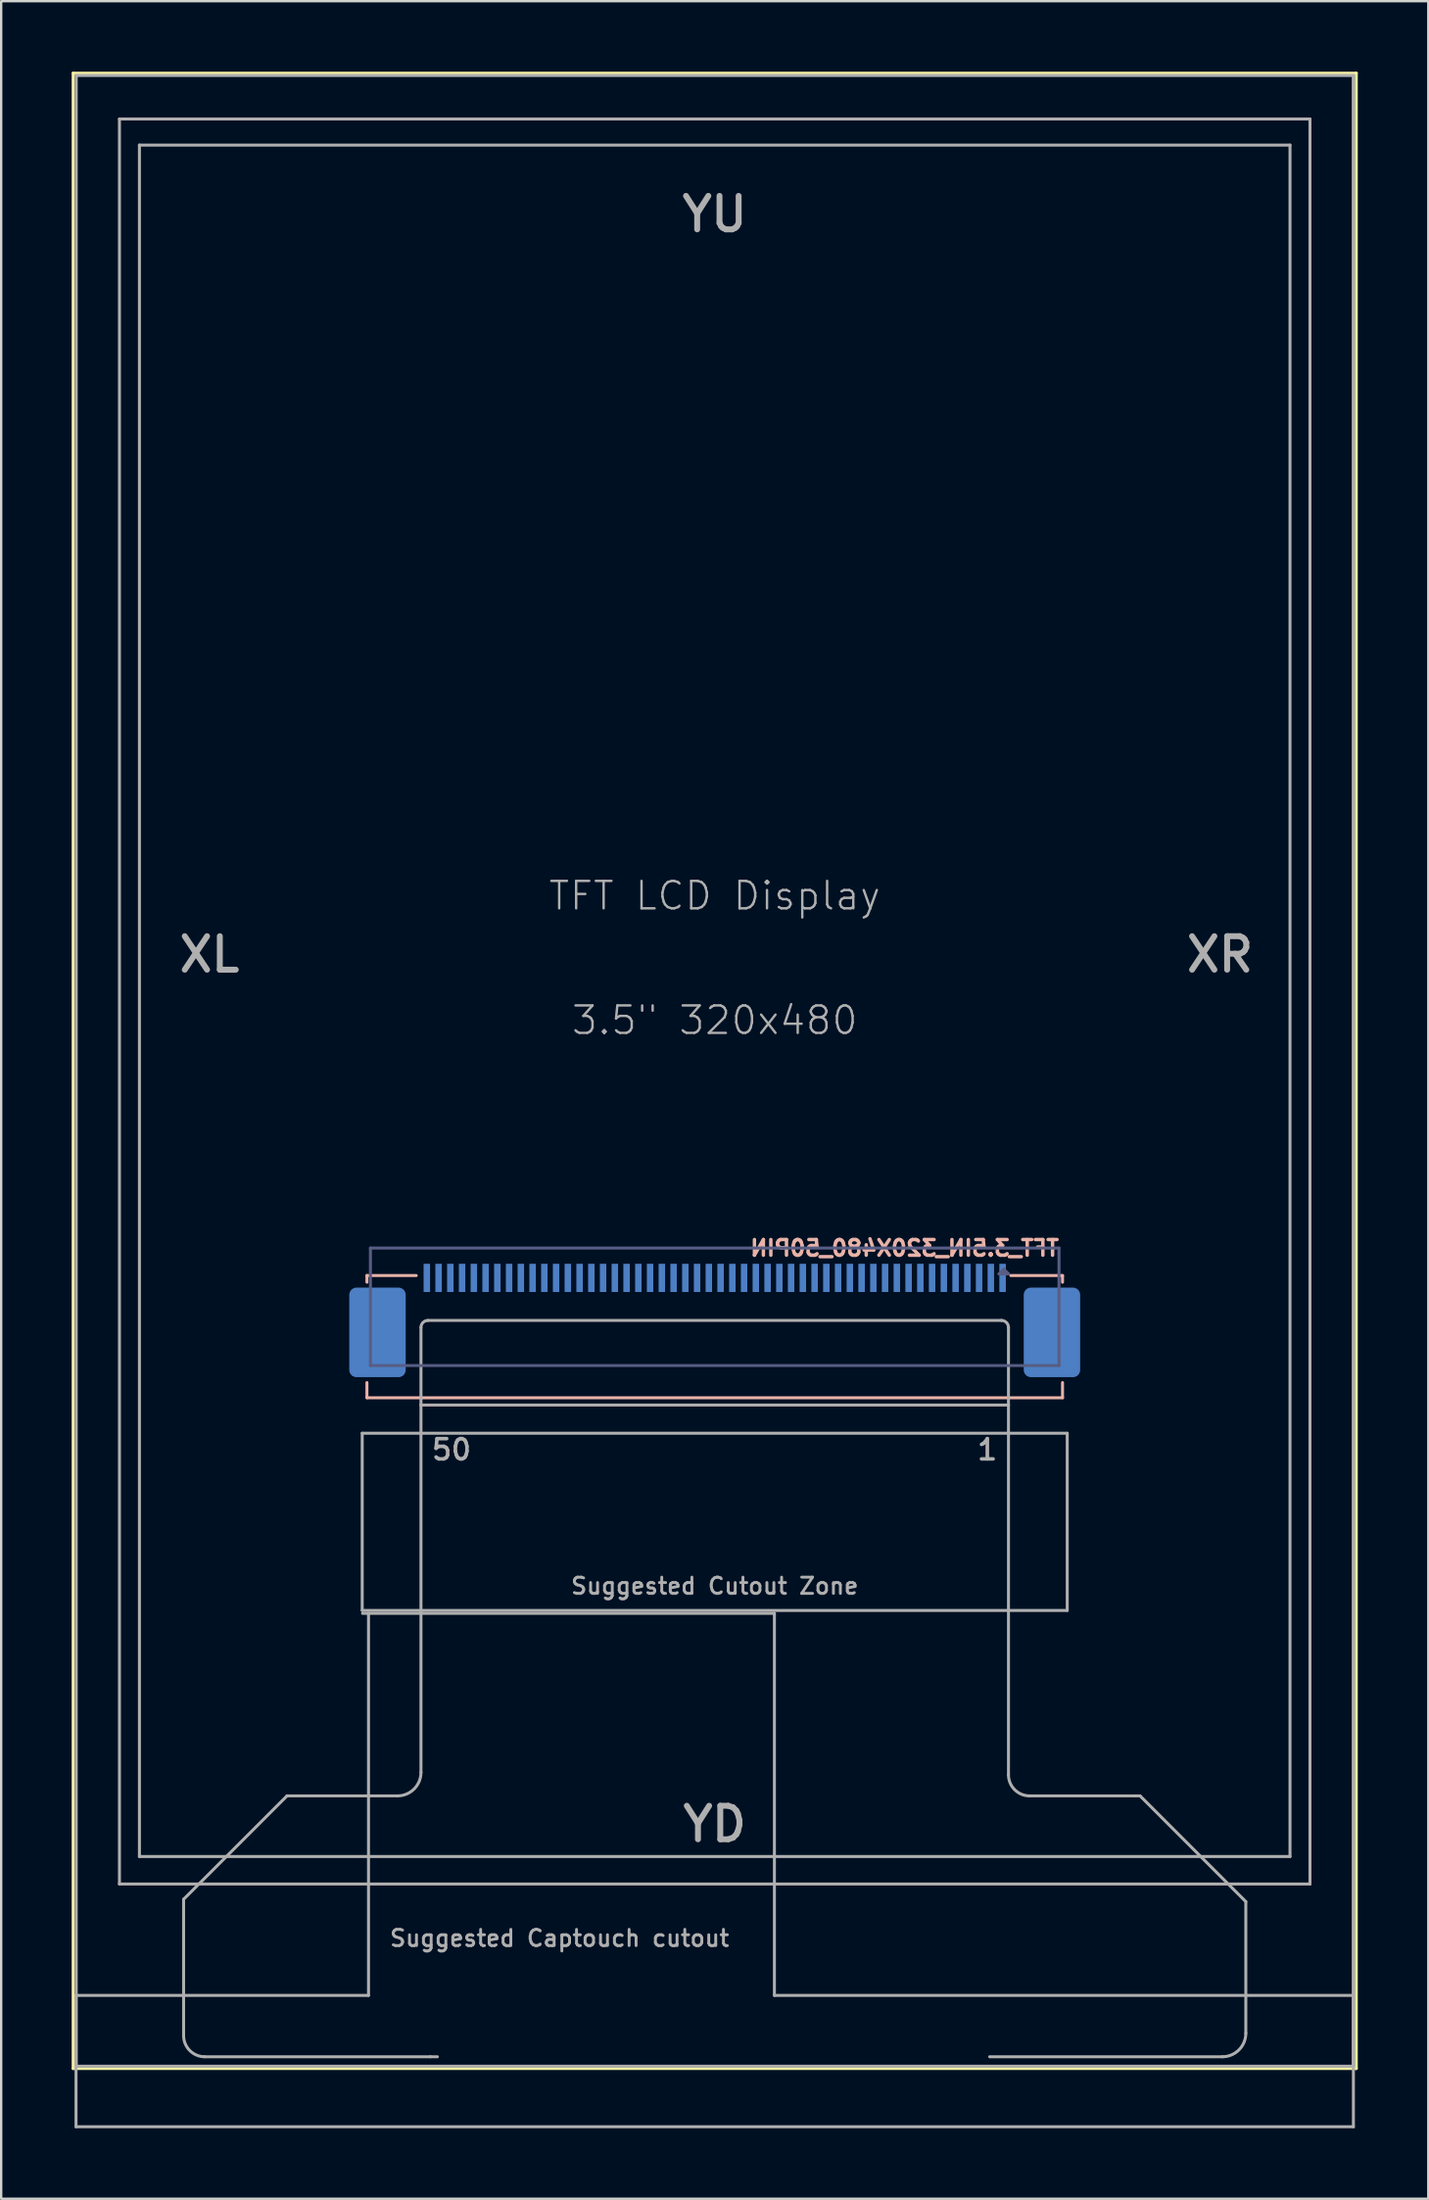
<source format=kicad_pcb>
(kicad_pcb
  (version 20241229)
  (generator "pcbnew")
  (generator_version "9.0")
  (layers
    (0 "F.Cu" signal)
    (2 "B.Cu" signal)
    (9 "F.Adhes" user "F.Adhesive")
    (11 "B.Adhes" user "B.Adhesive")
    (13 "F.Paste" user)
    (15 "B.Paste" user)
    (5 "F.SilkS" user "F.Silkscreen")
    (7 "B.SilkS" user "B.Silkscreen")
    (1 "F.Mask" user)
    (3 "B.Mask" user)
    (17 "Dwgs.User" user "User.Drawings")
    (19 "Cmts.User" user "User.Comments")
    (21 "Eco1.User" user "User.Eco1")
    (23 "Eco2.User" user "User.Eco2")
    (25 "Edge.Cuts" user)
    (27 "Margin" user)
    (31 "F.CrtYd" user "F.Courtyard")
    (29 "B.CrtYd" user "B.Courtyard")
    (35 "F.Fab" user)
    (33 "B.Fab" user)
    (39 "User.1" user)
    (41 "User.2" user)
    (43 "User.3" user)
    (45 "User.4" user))
  (footprint "TFT_3.5IN_320X480_50PIN"
    (layer "F.Cu")
    (at 27.363 52.389)
    (property "Reference" "TFT_3.5IN_320X480_50PIN" (at 14.726 -1.943 0) (layer "B.SilkS") (effects (font (size 0.666 0.666) (thickness 0.146)) (justify left bottom mirror)))
    (fp_line (start -27.3 -52.326) (end 27.3 -52.326) (stroke (width 0.127) (type solid)) (layer "F.SilkS"))
    (fp_line (start -27.3 32.574) (end -27.3 -52.326) (stroke (width 0.127) (type solid)) (layer "F.SilkS"))
    (fp_line (start 27.3 -52.326) (end 27.3 32.574) (stroke (width 0.127) (type solid)) (layer "F.SilkS"))
    (fp_line (start 27.3 32.574) (end -27.3 32.574) (stroke (width 0.127) (type solid)) (layer "F.SilkS"))
    (fp_line (start -14.8 -1.166) (end -14.8 -0.882) (stroke (width 0.127) (type solid)) (layer "B.SilkS"))
    (fp_line (start -14.8 4.034) (end -14.8 3.388) (stroke (width 0.127) (type solid)) (layer "B.SilkS"))
    (fp_line (start -12.7 -1.166) (end -14.8 -1.166) (stroke (width 0.127) (type solid)) (layer "B.SilkS"))
    (fp_line (start 12.6 -1.166) (end 14.8 -1.166) (stroke (width 0.127) (type solid)) (layer "B.SilkS"))
    (fp_line (start 14.8 -1.166) (end 14.8 -0.882) (stroke (width 0.127) (type solid)) (layer "B.SilkS"))
    (fp_line (start 14.8 3.388) (end 14.8 4.034) (stroke (width 0.127) (type solid)) (layer "B.SilkS"))
    (fp_line (start 14.8 4.034) (end -14.8 4.034) (stroke (width 0.127) (type solid)) (layer "B.SilkS"))
    (fp_line (start -14.65 -2.336) (end -14.65 2.664) (stroke (width 0.127) (type solid)) (layer "B.Fab"))
    (fp_line (start 12.1 -1.236) (end 12.4 -1.236) (stroke (width 0.127) (type solid)) (layer "B.Fab"))
    (fp_line (start 12.3 -1.436) (end 12.1 -1.236) (stroke (width 0.127) (type solid)) (layer "B.Fab"))
    (fp_line (start 12.4 -1.236) (end 12.3 -1.336) (stroke (width 0.127) (type solid)) (layer "B.Fab"))
    (fp_line (start 12.5 -1.236) (end 12.3 -1.436) (stroke (width 0.127) (type solid)) (layer "B.Fab"))
    (fp_line (start 12.5 -1.236) (end 12.4 -1.236) (stroke (width 0.127) (type solid)) (layer "B.Fab"))
    (fp_line (start 14.65 -2.336) (end -14.65 -2.336) (stroke (width 0.127) (type solid)) (layer "B.Fab"))
    (fp_line (start 14.65 2.664) (end -14.65 2.664) (stroke (width 0.127) (type solid)) (layer "B.Fab"))
    (fp_line (start 14.65 2.664) (end 14.65 -2.336) (stroke (width 0.127) (type solid)) (layer "B.Fab"))
    (fp_line (start -27.178 29.464) (end -14.732 29.464) (stroke (width 0.127) (type solid)) (layer "F.Fab"))
    (fp_line (start -27.178 35.052) (end -27.178 29.464) (stroke (width 0.127) (type solid)) (layer "F.Fab"))
    (fp_line (start -27.17 -52.226) (end 27.17 -52.226) (stroke (width 0.127) (type solid)) (layer "F.Fab"))
    (fp_line (start -27.17 32.474) (end -27.17 -52.226) (stroke (width 0.127) (type solid)) (layer "F.Fab"))
    (fp_line (start -25.33 -50.376) (end 25.33 -50.376) (stroke (width 0.127) (type solid)) (layer "F.Fab"))
    (fp_line (start -25.33 24.724) (end -25.33 -50.376) (stroke (width 0.127) (type solid)) (layer "F.Fab"))
    (fp_line (start -24.48 -49.266) (end 24.48 -49.266) (stroke (width 0.127) (type solid)) (layer "F.Fab"))
    (fp_line (start -24.48 23.554) (end -24.48 -49.266) (stroke (width 0.127) (type solid)) (layer "F.Fab"))
    (fp_line (start -22.6 25.374) (end -18.2 20.974) (stroke (width 0.127) (type solid)) (layer "F.Fab"))
    (fp_line (start -22.6 31.174) (end -22.6 25.374) (stroke (width 0.127) (type solid)) (layer "F.Fab"))
    (fp_line (start -18.2 20.974) (end -13.5 20.974) (stroke (width 0.127) (type solid)) (layer "F.Fab"))
    (fp_line (start -15 5.544) (end 15 5.544) (stroke (width 0.127) (type solid)) (layer "F.Fab"))
    (fp_line (start -15 13.084) (end -15 5.544) (stroke (width 0.127) (type solid)) (layer "F.Fab"))
    (fp_line (start -14.986 13.208) (end -14.732 13.208) (stroke (width 0.127) (type solid)) (layer "F.Fab"))
    (fp_line (start -14.732 13.208) (end -14.732 29.464) (stroke (width 0.127) (type solid)) (layer "F.Fab"))
    (fp_line (start -14.732 13.208) (end 2.54 13.208) (stroke (width 0.127) (type solid)) (layer "F.Fab"))
    (fp_line (start -12.5 4.344) (end -12.5 1.044) (stroke (width 0.127) (type solid)) (layer "F.Fab"))
    (fp_line (start -12.5 4.344) (end 12.5 4.344) (stroke (width 0.127) (type solid)) (layer "F.Fab"))
    (fp_line (start -12.5 19.974) (end -12.5 4.344) (stroke (width 0.127) (type solid)) (layer "F.Fab"))
    (fp_line (start -12.2 0.744) (end 12.2 0.744) (stroke (width 0.127) (type solid)) (layer "F.Fab"))
    (fp_line (start -12.1 32.074) (end -21.7 32.074) (stroke (width 0.127) (type solid)) (layer "F.Fab"))
    (fp_line (start -11.8 32.074) (end -12.1 32.074) (stroke (width 0.127) (type solid)) (layer "F.Fab"))
    (fp_line (start 2.54 13.208) (end 2.54 29.464) (stroke (width 0.127) (type solid)) (layer "F.Fab"))
    (fp_line (start 2.54 29.464) (end 27.178 29.464) (stroke (width 0.127) (type solid)) (layer "F.Fab"))
    (fp_line (start 12.5 1.044) (end 12.5 4.344) (stroke (width 0.127) (type solid)) (layer "F.Fab"))
    (fp_line (start 12.5 4.344) (end 12.5 20.074) (stroke (width 0.127) (type solid)) (layer "F.Fab"))
    (fp_line (start 13.4 20.974) (end 17.9 20.974) (stroke (width 0.127) (type solid)) (layer "F.Fab"))
    (fp_line (start 15 5.544) (end 15 13.084) (stroke (width 0.127) (type solid)) (layer "F.Fab"))
    (fp_line (start 15 13.084) (end -15 13.084) (stroke (width 0.127) (type solid)) (layer "F.Fab"))
    (fp_line (start 17.9 20.974) (end 18.1 20.974) (stroke (width 0.127) (type solid)) (layer "F.Fab"))
    (fp_line (start 18.1 20.974) (end 22.6 25.474) (stroke (width 0.127) (type solid)) (layer "F.Fab"))
    (fp_line (start 21.6 32.074) (end 11.7 32.074) (stroke (width 0.127) (type solid)) (layer "F.Fab"))
    (fp_line (start 22.6 25.474) (end 22.6 31.074) (stroke (width 0.127) (type solid)) (layer "F.Fab"))
    (fp_line (start 24.48 -49.266) (end 24.48 23.554) (stroke (width 0.127) (type solid)) (layer "F.Fab"))
    (fp_line (start 24.48 23.554) (end -24.48 23.554) (stroke (width 0.127) (type solid)) (layer "F.Fab"))
    (fp_line (start 25.33 -50.376) (end 25.33 24.724) (stroke (width 0.127) (type solid)) (layer "F.Fab"))
    (fp_line (start 25.33 24.724) (end -25.33 24.724) (stroke (width 0.127) (type solid)) (layer "F.Fab"))
    (fp_line (start 27.17 -52.226) (end 27.17 32.474) (stroke (width 0.127) (type solid)) (layer "F.Fab"))
    (fp_line (start 27.17 32.474) (end -27.17 32.474) (stroke (width 0.127) (type solid)) (layer "F.Fab"))
    (fp_line (start 27.178 29.464) (end 27.178 35.052) (stroke (width 0.127) (type solid)) (layer "F.Fab"))
    (fp_line (start 27.178 35.052) (end -27.178 35.052) (stroke (width 0.127) (type solid)) (layer "F.Fab"))
    (fp_arc (start -21.7 32.074) (mid -22.336396 31.810396) (end -22.6 31.174) (stroke (width 0.127) (type solid)) (layer "F.Fab"))
    (fp_arc (start -12.5 1.044) (mid -12.412132 0.831868) (end -12.2 0.744) (stroke (width 0.127) (type solid)) (layer "F.Fab"))
    (fp_arc (start -12.5 19.974) (mid -12.792893 20.681107) (end -13.5 20.974) (stroke (width 0.127) (type solid)) (layer "F.Fab"))
    (fp_arc (start 12.2 0.744) (mid 12.412132 0.831868) (end 12.5 1.044) (stroke (width 0.127) (type solid)) (layer "F.Fab"))
    (fp_arc (start 13.4 20.974) (mid 12.763604 20.710396) (end 12.5 20.074) (stroke (width 0.127) (type solid)) (layer "F.Fab"))
    (fp_arc (start 22.6 31.074) (mid 22.307107 31.781107) (end 21.6 32.074) (stroke (width 0.127) (type solid)) (layer "F.Fab"))
    (fp_text user "1" (at 11.6 6.244 0) (layer "F.Fab") (effects (font (size 0.864 0.864) (thickness 0.152))))
    (fp_text user "Suggested Cutout Zone" (at 0 12.044 0) (layer "F.Fab") (effects (font (size 0.691 0.691) (thickness 0.122))))
    (fp_text user "YU" (at 0 -46.326 0) (layer "F.Fab") (effects (font (size 1.425 1.425) (thickness 0.251))))
    (fp_text user "TFT LCD Display" (at 0 -17.326 0) (layer "F.Fab") (effects (font (size 1.168 1.168) (thickness 0.102))))
    (fp_text user "3.5\" 320x480" (at 0 -12.026 0) (layer "F.Fab") (effects (font (size 1.168 1.168) (thickness 0.102))))
    (fp_text user "XR" (at 21.5 -14.826 0) (layer "F.Fab") (effects (font (size 1.425 1.425) (thickness 0.251))))
    (fp_text user "XL" (at -21.5 -14.826 0) (layer "F.Fab") (effects (font (size 1.425 1.425) (thickness 0.251))))
    (fp_text user "Suggested Captouch cutout" (at -6.604 27.03 0) (layer "F.Fab") (effects (font (size 0.691 0.691) (thickness 0.122))))
    (fp_text user "YD" (at 0 22.174 0) (layer "F.Fab") (effects (font (size 1.425 1.425) (thickness 0.251))))
    (fp_text user "50" (at -11.2 6.244 0) (layer "F.Fab") (effects (font (size 0.864 0.864) (thickness 0.152))))
    (pad "1" smd rect (at 12.25 -1.066 180) (size 0.275 1.2) (layers "B.Cu" "B.Mask" "B.Paste"))
    (pad "2" smd rect (at 11.75 -1.066 180) (size 0.275 1.2) (layers "B.Cu" "B.Mask" "B.Paste"))
    (pad "3" smd rect (at 11.25 -1.066 180) (size 0.275 1.2) (layers "B.Cu" "B.Mask" "B.Paste"))
    (pad "4" smd rect (at 10.75 -1.066 180) (size 0.275 1.2) (layers "B.Cu" "B.Mask" "B.Paste"))
    (pad "5" smd rect (at 10.25 -1.066 180) (size 0.275 1.2) (layers "B.Cu" "B.Mask" "B.Paste"))
    (pad "6" smd rect (at 9.75 -1.066 180) (size 0.275 1.2) (layers "B.Cu" "B.Mask" "B.Paste"))
    (pad "7" smd rect (at 9.25 -1.066 180) (size 0.275 1.2) (layers "B.Cu" "B.Mask" "B.Paste"))
    (pad "8" smd rect (at 8.75 -1.066 180) (size 0.275 1.2) (layers "B.Cu" "B.Mask" "B.Paste"))
    (pad "9" smd rect (at 8.25 -1.066 180) (size 0.275 1.2) (layers "B.Cu" "B.Mask" "B.Paste"))
    (pad "10" smd rect (at 7.75 -1.066 180) (size 0.275 1.2) (layers "B.Cu" "B.Mask" "B.Paste"))
    (pad "11" smd rect (at 7.25 -1.066 180) (size 0.275 1.2) (layers "B.Cu" "B.Mask" "B.Paste"))
    (pad "12" smd rect (at 6.75 -1.066 180) (size 0.275 1.2) (layers "B.Cu" "B.Mask" "B.Paste"))
    (pad "13" smd rect (at 6.25 -1.066 180) (size 0.275 1.2) (layers "B.Cu" "B.Mask" "B.Paste"))
    (pad "14" smd rect (at 5.75 -1.066 180) (size 0.275 1.2) (layers "B.Cu" "B.Mask" "B.Paste"))
    (pad "15" smd rect (at 5.25 -1.066 180) (size 0.275 1.2) (layers "B.Cu" "B.Mask" "B.Paste"))
    (pad "16" smd rect (at 4.75 -1.066 180) (size 0.275 1.2) (layers "B.Cu" "B.Mask" "B.Paste"))
    (pad "17" smd rect (at 4.25 -1.066 180) (size 0.275 1.2) (layers "B.Cu" "B.Mask" "B.Paste"))
    (pad "18" smd rect (at 3.75 -1.066 180) (size 0.275 1.2) (layers "B.Cu" "B.Mask" "B.Paste"))
    (pad "19" smd rect (at 3.25 -1.066 180) (size 0.275 1.2) (layers "B.Cu" "B.Mask" "B.Paste"))
    (pad "20" smd rect (at 2.75 -1.066 180) (size 0.275 1.2) (layers "B.Cu" "B.Mask" "B.Paste"))
    (pad "21" smd rect (at 2.25 -1.066 180) (size 0.275 1.2) (layers "B.Cu" "B.Mask" "B.Paste"))
    (pad "22" smd rect (at 1.75 -1.066 180) (size 0.275 1.2) (layers "B.Cu" "B.Mask" "B.Paste"))
    (pad "23" smd rect (at 1.25 -1.066 180) (size 0.275 1.2) (layers "B.Cu" "B.Mask" "B.Paste"))
    (pad "24" smd rect (at 0.75 -1.066 180) (size 0.275 1.2) (layers "B.Cu" "B.Mask" "B.Paste"))
    (pad "25" smd rect (at 0.25 -1.066 180) (size 0.275 1.2) (layers "B.Cu" "B.Mask" "B.Paste"))
    (pad "26" smd rect (at -0.25 -1.066 180) (size 0.275 1.2) (layers "B.Cu" "B.Mask" "B.Paste"))
    (pad "27" smd rect (at -0.75 -1.066 180) (size 0.275 1.2) (layers "B.Cu" "B.Mask" "B.Paste"))
    (pad "28" smd rect (at -1.25 -1.066 180) (size 0.275 1.2) (layers "B.Cu" "B.Mask" "B.Paste"))
    (pad "29" smd rect (at -1.75 -1.066 180) (size 0.275 1.2) (layers "B.Cu" "B.Mask" "B.Paste"))
    (pad "30" smd rect (at -2.25 -1.066 180) (size 0.275 1.2) (layers "B.Cu" "B.Mask" "B.Paste"))
    (pad "31" smd rect (at -2.75 -1.066 180) (size 0.275 1.2) (layers "B.Cu" "B.Mask" "B.Paste"))
    (pad "32" smd rect (at -3.25 -1.066 180) (size 0.275 1.2) (layers "B.Cu" "B.Mask" "B.Paste"))
    (pad "33" smd rect (at -3.75 -1.066 180) (size 0.275 1.2) (layers "B.Cu" "B.Mask" "B.Paste"))
    (pad "34" smd rect (at -4.25 -1.066 180) (size 0.275 1.2) (layers "B.Cu" "B.Mask" "B.Paste"))
    (pad "35" smd rect (at -4.75 -1.066 180) (size 0.275 1.2) (layers "B.Cu" "B.Mask" "B.Paste"))
    (pad "36" smd rect (at -5.25 -1.066 180) (size 0.275 1.2) (layers "B.Cu" "B.Mask" "B.Paste"))
    (pad "37" smd rect (at -5.75 -1.066 180) (size 0.275 1.2) (layers "B.Cu" "B.Mask" "B.Paste"))
    (pad "38" smd rect (at -6.25 -1.066 180) (size 0.275 1.2) (layers "B.Cu" "B.Mask" "B.Paste"))
    (pad "39" smd rect (at -6.75 -1.066 180) (size 0.275 1.2) (layers "B.Cu" "B.Mask" "B.Paste"))
    (pad "40" smd rect (at -7.25 -1.066 180) (size 0.275 1.2) (layers "B.Cu" "B.Mask" "B.Paste"))
    (pad "41" smd rect (at -7.75 -1.066 180) (size 0.275 1.2) (layers "B.Cu" "B.Mask" "B.Paste"))
    (pad "42" smd rect (at -8.25 -1.066 180) (size 0.275 1.2) (layers "B.Cu" "B.Mask" "B.Paste"))
    (pad "43" smd rect (at -8.75 -1.066 180) (size 0.275 1.2) (layers "B.Cu" "B.Mask" "B.Paste"))
    (pad "44" smd rect (at -9.25 -1.066 180) (size 0.275 1.2) (layers "B.Cu" "B.Mask" "B.Paste"))
    (pad "45" smd rect (at -9.75 -1.066 180) (size 0.275 1.2) (layers "B.Cu" "B.Mask" "B.Paste"))
    (pad "46" smd rect (at -10.25 -1.066 180) (size 0.275 1.2) (layers "B.Cu" "B.Mask" "B.Paste"))
    (pad "47" smd rect (at -10.75 -1.066 180) (size 0.275 1.2) (layers "B.Cu" "B.Mask" "B.Paste"))
    (pad "48" smd rect (at -11.25 -1.066 180) (size 0.275 1.2) (layers "B.Cu" "B.Mask" "B.Paste"))
    (pad "49" smd rect (at -11.75 -1.066 180) (size 0.275 1.2) (layers "B.Cu" "B.Mask" "B.Paste"))
    (pad "50" smd rect (at -12.25 -1.066 180) (size 0.275 1.2) (layers "B.Cu" "B.Mask" "B.Paste"))
    (pad "PAD1" smd roundrect (at 14.35 1.253 180) (size 2.4 3.81) (layers "B.Cu" "B.Mask" "B.Paste") (roundrect_rratio 0.125))
    (pad "PAD2" smd roundrect (at -14.35 1.253 180) (size 2.4 3.81) (layers "B.Cu" "B.Mask" "B.Paste") (roundrect_rratio 0.125)))
  (gr_rect
    (start -3 -3)
    (end 57.727 90.505)
    (stroke (width 0.1) (type default))
    (fill no)
    (layer "Edge.Cuts")))
</source>
